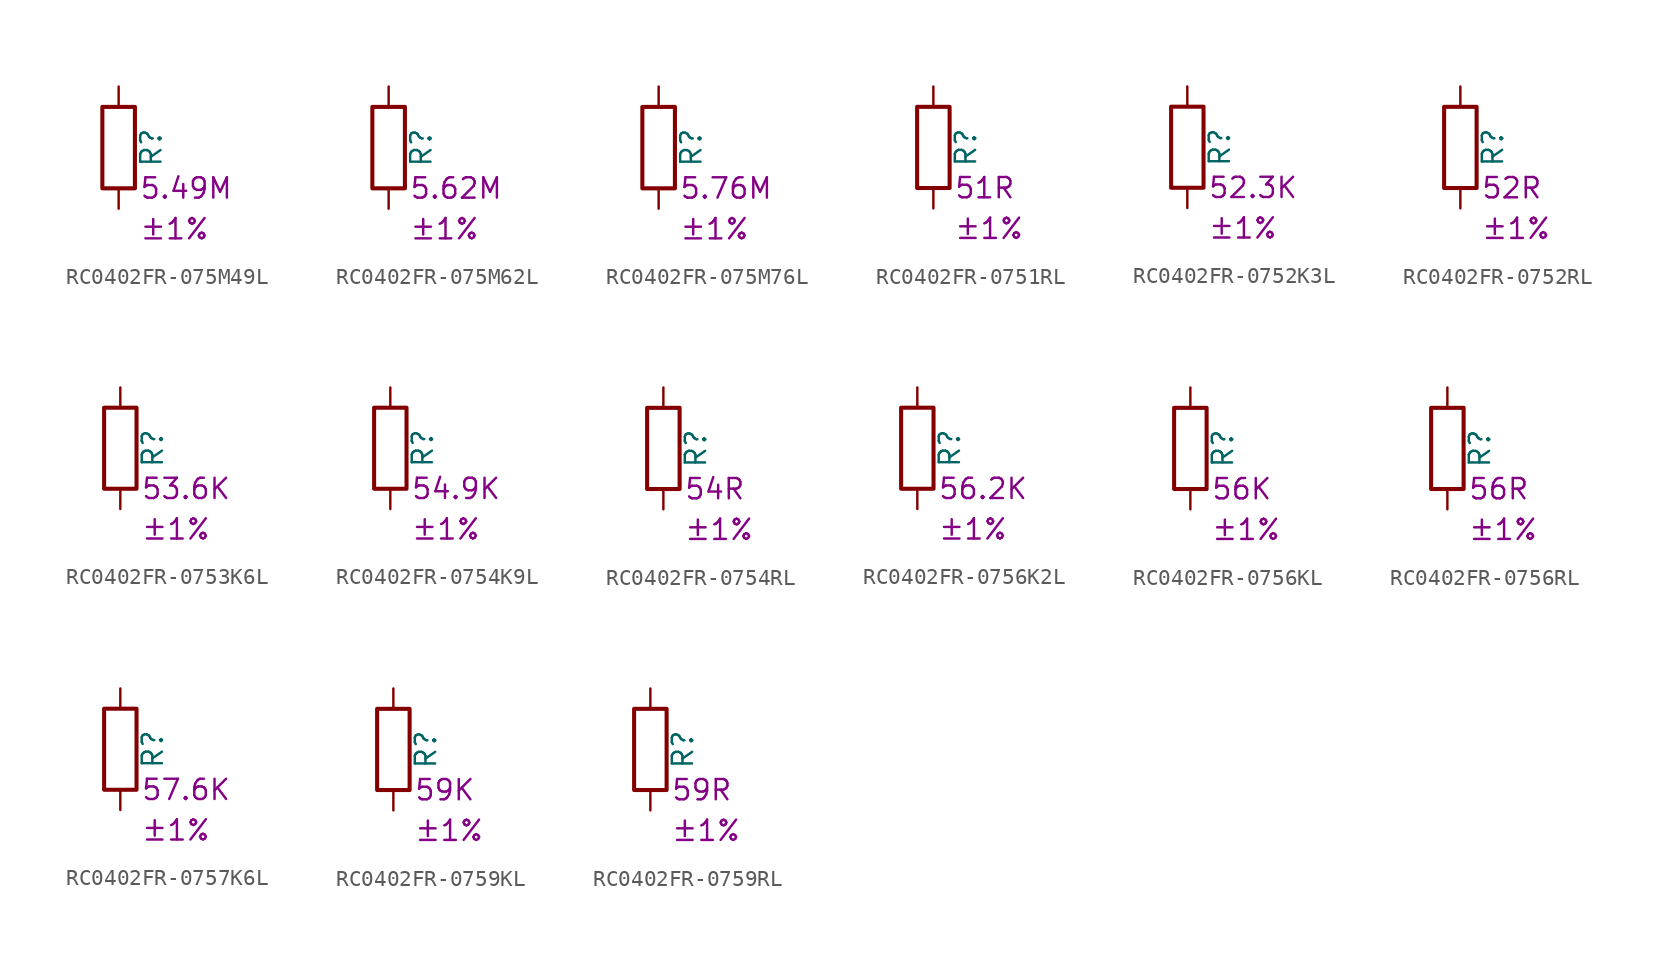
<source format=kicad_sym>
(kicad_symbol_lib
  (version 20220914)
  (generator kicad_symbol_editor)
  (symbol "RC0402FR-075M49L"
    (pin_numbers hide)
    (pin_names
      (offset 0))
    (property "Reference" "R"
      (at 2.032 0 90)
      (effects (font (size 1.27 1.27))))
    (property "Resistance" "5.49M"
      (at 1.27 -2.54 0)
      (effects (font (size 1.27 1.27)) (justify left)))
    (property "Tolerance" "±1%"
      (at 1.27 -5.08 0)
      (effects (font (size 1.27 1.27)) (justify left)))
    (symbol "RC0402FR-075M49L_0_1"
      (rectangle (start -1.016 -2.54) (end 1.016 2.54) (stroke (width 0.254) (type default)) (fill (type none))))
    (symbol "RC0402FR-075M49L_1_1"
      (pin passive line (at 0 3.81 270) (length 1.27) (name "~" (effects (font (size 1.27 1.27)))) (number "1" (effects (font (size 1.27 1.27)))))
      (pin passive line (at 0 -3.81 90) (length 1.27) (name "~" (effects (font (size 1.27 1.27)))) (number "2" (effects (font (size 1.27 1.27)))))))
  (symbol "RC0402FR-075M62L"
    (pin_numbers hide)
    (pin_names
      (offset 0))
    (property "Reference" "R"
      (at 2.032 0 90)
      (effects (font (size 1.27 1.27))))
    (property "Resistance" "5.62M"
      (at 1.27 -2.54 0)
      (effects (font (size 1.27 1.27)) (justify left)))
    (property "Tolerance" "±1%"
      (at 1.27 -5.08 0)
      (effects (font (size 1.27 1.27)) (justify left)))
    (symbol "RC0402FR-075M62L_0_1"
      (rectangle (start -1.016 -2.54) (end 1.016 2.54) (stroke (width 0.254) (type default)) (fill (type none))))
    (symbol "RC0402FR-075M62L_1_1"
      (pin passive line (at 0 3.81 270) (length 1.27) (name "~" (effects (font (size 1.27 1.27)))) (number "1" (effects (font (size 1.27 1.27)))))
      (pin passive line (at 0 -3.81 90) (length 1.27) (name "~" (effects (font (size 1.27 1.27)))) (number "2" (effects (font (size 1.27 1.27)))))))
  (symbol "RC0402FR-075M76L"
    (pin_numbers hide)
    (pin_names
      (offset 0))
    (property "Reference" "R"
      (at 2.032 0 90)
      (effects (font (size 1.27 1.27))))
    (property "Resistance" "5.76M"
      (at 1.27 -2.54 0)
      (effects (font (size 1.27 1.27)) (justify left)))
    (property "Tolerance" "±1%"
      (at 1.27 -5.08 0)
      (effects (font (size 1.27 1.27)) (justify left)))
    (symbol "RC0402FR-075M76L_0_1"
      (rectangle (start -1.016 -2.54) (end 1.016 2.54) (stroke (width 0.254) (type default)) (fill (type none))))
    (symbol "RC0402FR-075M76L_1_1"
      (pin passive line (at 0 3.81 270) (length 1.27) (name "~" (effects (font (size 1.27 1.27)))) (number "1" (effects (font (size 1.27 1.27)))))
      (pin passive line (at 0 -3.81 90) (length 1.27) (name "~" (effects (font (size 1.27 1.27)))) (number "2" (effects (font (size 1.27 1.27)))))))
  (symbol "RC0402FR-0751RL"
    (pin_numbers hide)
    (pin_names
      (offset 0))
    (property "Reference" "R"
      (at 2.032 0 90)
      (effects (font (size 1.27 1.27))))
    (property "Resistance" "51R"
      (at 1.27 -2.54 0)
      (effects (font (size 1.27 1.27)) (justify left)))
    (property "Tolerance" "±1%"
      (at 1.27 -5.08 0)
      (effects (font (size 1.27 1.27)) (justify left)))
    (symbol "RC0402FR-0751RL_0_1"
      (rectangle (start -1.016 -2.54) (end 1.016 2.54) (stroke (width 0.254) (type default)) (fill (type none))))
    (symbol "RC0402FR-0751RL_1_1"
      (pin passive line (at 0 3.81 270) (length 1.27) (name "~" (effects (font (size 1.27 1.27)))) (number "1" (effects (font (size 1.27 1.27)))))
      (pin passive line (at 0 -3.81 90) (length 1.27) (name "~" (effects (font (size 1.27 1.27)))) (number "2" (effects (font (size 1.27 1.27)))))))
  (symbol "RC0402FR-0752K3L"
    (pin_numbers hide)
    (pin_names
      (offset 0))
    (property "Reference" "R"
      (at 2.032 0 90)
      (effects (font (size 1.27 1.27))))
    (property "Resistance" "52.3K"
      (at 1.27 -2.54 0)
      (effects (font (size 1.27 1.27)) (justify left)))
    (property "Tolerance" "±1%"
      (at 1.27 -5.08 0)
      (effects (font (size 1.27 1.27)) (justify left)))
    (symbol "RC0402FR-0752K3L_0_1"
      (rectangle (start -1.016 -2.54) (end 1.016 2.54) (stroke (width 0.254) (type default)) (fill (type none))))
    (symbol "RC0402FR-0752K3L_1_1"
      (pin passive line (at 0 3.81 270) (length 1.27) (name "~" (effects (font (size 1.27 1.27)))) (number "1" (effects (font (size 1.27 1.27)))))
      (pin passive line (at 0 -3.81 90) (length 1.27) (name "~" (effects (font (size 1.27 1.27)))) (number "2" (effects (font (size 1.27 1.27)))))))
  (symbol "RC0402FR-0752RL"
    (pin_numbers hide)
    (pin_names
      (offset 0))
    (property "Reference" "R"
      (at 2.032 0 90)
      (effects (font (size 1.27 1.27))))
    (property "Resistance" "52R"
      (at 1.27 -2.54 0)
      (effects (font (size 1.27 1.27)) (justify left)))
    (property "Tolerance" "±1%"
      (at 1.27 -5.08 0)
      (effects (font (size 1.27 1.27)) (justify left)))
    (symbol "RC0402FR-0752RL_0_1"
      (rectangle (start -1.016 -2.54) (end 1.016 2.54) (stroke (width 0.254) (type default)) (fill (type none))))
    (symbol "RC0402FR-0752RL_1_1"
      (pin passive line (at 0 3.81 270) (length 1.27) (name "~" (effects (font (size 1.27 1.27)))) (number "1" (effects (font (size 1.27 1.27)))))
      (pin passive line (at 0 -3.81 90) (length 1.27) (name "~" (effects (font (size 1.27 1.27)))) (number "2" (effects (font (size 1.27 1.27)))))))
  (symbol "RC0402FR-0753K6L"
    (pin_numbers hide)
    (pin_names
      (offset 0))
    (property "Reference" "R"
      (at 2.032 0 90)
      (effects (font (size 1.27 1.27))))
    (property "Resistance" "53.6K"
      (at 1.27 -2.54 0)
      (effects (font (size 1.27 1.27)) (justify left)))
    (property "Tolerance" "±1%"
      (at 1.27 -5.08 0)
      (effects (font (size 1.27 1.27)) (justify left)))
    (symbol "RC0402FR-0753K6L_0_1"
      (rectangle (start -1.016 -2.54) (end 1.016 2.54) (stroke (width 0.254) (type default)) (fill (type none))))
    (symbol "RC0402FR-0753K6L_1_1"
      (pin passive line (at 0 3.81 270) (length 1.27) (name "~" (effects (font (size 1.27 1.27)))) (number "1" (effects (font (size 1.27 1.27)))))
      (pin passive line (at 0 -3.81 90) (length 1.27) (name "~" (effects (font (size 1.27 1.27)))) (number "2" (effects (font (size 1.27 1.27)))))))
  (symbol "RC0402FR-0754K9L"
    (pin_numbers hide)
    (pin_names
      (offset 0))
    (property "Reference" "R"
      (at 2.032 0 90)
      (effects (font (size 1.27 1.27))))
    (property "Resistance" "54.9K"
      (at 1.27 -2.54 0)
      (effects (font (size 1.27 1.27)) (justify left)))
    (property "Tolerance" "±1%"
      (at 1.27 -5.08 0)
      (effects (font (size 1.27 1.27)) (justify left)))
    (symbol "RC0402FR-0754K9L_0_1"
      (rectangle (start -1.016 -2.54) (end 1.016 2.54) (stroke (width 0.254) (type default)) (fill (type none))))
    (symbol "RC0402FR-0754K9L_1_1"
      (pin passive line (at 0 3.81 270) (length 1.27) (name "~" (effects (font (size 1.27 1.27)))) (number "1" (effects (font (size 1.27 1.27)))))
      (pin passive line (at 0 -3.81 90) (length 1.27) (name "~" (effects (font (size 1.27 1.27)))) (number "2" (effects (font (size 1.27 1.27)))))))
  (symbol "RC0402FR-0754RL"
    (pin_numbers hide)
    (pin_names
      (offset 0))
    (property "Reference" "R"
      (at 2.032 0 90)
      (effects (font (size 1.27 1.27))))
    (property "Resistance" "54R"
      (at 1.27 -2.54 0)
      (effects (font (size 1.27 1.27)) (justify left)))
    (property "Tolerance" "±1%"
      (at 1.27 -5.08 0)
      (effects (font (size 1.27 1.27)) (justify left)))
    (symbol "RC0402FR-0754RL_0_1"
      (rectangle (start -1.016 -2.54) (end 1.016 2.54) (stroke (width 0.254) (type default)) (fill (type none))))
    (symbol "RC0402FR-0754RL_1_1"
      (pin passive line (at 0 3.81 270) (length 1.27) (name "~" (effects (font (size 1.27 1.27)))) (number "1" (effects (font (size 1.27 1.27)))))
      (pin passive line (at 0 -3.81 90) (length 1.27) (name "~" (effects (font (size 1.27 1.27)))) (number "2" (effects (font (size 1.27 1.27)))))))
  (symbol "RC0402FR-0756K2L"
    (pin_numbers hide)
    (pin_names
      (offset 0))
    (property "Reference" "R"
      (at 2.032 0 90)
      (effects (font (size 1.27 1.27))))
    (property "Resistance" "56.2K"
      (at 1.27 -2.54 0)
      (effects (font (size 1.27 1.27)) (justify left)))
    (property "Tolerance" "±1%"
      (at 1.27 -5.08 0)
      (effects (font (size 1.27 1.27)) (justify left)))
    (symbol "RC0402FR-0756K2L_0_1"
      (rectangle (start -1.016 -2.54) (end 1.016 2.54) (stroke (width 0.254) (type default)) (fill (type none))))
    (symbol "RC0402FR-0756K2L_1_1"
      (pin passive line (at 0 3.81 270) (length 1.27) (name "~" (effects (font (size 1.27 1.27)))) (number "1" (effects (font (size 1.27 1.27)))))
      (pin passive line (at 0 -3.81 90) (length 1.27) (name "~" (effects (font (size 1.27 1.27)))) (number "2" (effects (font (size 1.27 1.27)))))))
  (symbol "RC0402FR-0756KL"
    (pin_numbers hide)
    (pin_names
      (offset 0))
    (property "Reference" "R"
      (at 2.032 0 90)
      (effects (font (size 1.27 1.27))))
    (property "Resistance" "56K"
      (at 1.27 -2.54 0)
      (effects (font (size 1.27 1.27)) (justify left)))
    (property "Tolerance" "±1%"
      (at 1.27 -5.08 0)
      (effects (font (size 1.27 1.27)) (justify left)))
    (symbol "RC0402FR-0756KL_0_1"
      (rectangle (start -1.016 -2.54) (end 1.016 2.54) (stroke (width 0.254) (type default)) (fill (type none))))
    (symbol "RC0402FR-0756KL_1_1"
      (pin passive line (at 0 3.81 270) (length 1.27) (name "~" (effects (font (size 1.27 1.27)))) (number "1" (effects (font (size 1.27 1.27)))))
      (pin passive line (at 0 -3.81 90) (length 1.27) (name "~" (effects (font (size 1.27 1.27)))) (number "2" (effects (font (size 1.27 1.27)))))))
  (symbol "RC0402FR-0756RL"
    (pin_numbers hide)
    (pin_names
      (offset 0))
    (property "Reference" "R"
      (at 2.032 0 90)
      (effects (font (size 1.27 1.27))))
    (property "Resistance" "56R"
      (at 1.27 -2.54 0)
      (effects (font (size 1.27 1.27)) (justify left)))
    (property "Tolerance" "±1%"
      (at 1.27 -5.08 0)
      (effects (font (size 1.27 1.27)) (justify left)))
    (symbol "RC0402FR-0756RL_0_1"
      (rectangle (start -1.016 -2.54) (end 1.016 2.54) (stroke (width 0.254) (type default)) (fill (type none))))
    (symbol "RC0402FR-0756RL_1_1"
      (pin passive line (at 0 3.81 270) (length 1.27) (name "~" (effects (font (size 1.27 1.27)))) (number "1" (effects (font (size 1.27 1.27)))))
      (pin passive line (at 0 -3.81 90) (length 1.27) (name "~" (effects (font (size 1.27 1.27)))) (number "2" (effects (font (size 1.27 1.27)))))))
  (symbol "RC0402FR-0757K6L"
    (pin_numbers hide)
    (pin_names
      (offset 0))
    (property "Reference" "R"
      (at 2.032 0 90)
      (effects (font (size 1.27 1.27))))
    (property "Resistance" "57.6K"
      (at 1.27 -2.54 0)
      (effects (font (size 1.27 1.27)) (justify left)))
    (property "Tolerance" "±1%"
      (at 1.27 -5.08 0)
      (effects (font (size 1.27 1.27)) (justify left)))
    (symbol "RC0402FR-0757K6L_0_1"
      (rectangle (start -1.016 -2.54) (end 1.016 2.54) (stroke (width 0.254) (type default)) (fill (type none))))
    (symbol "RC0402FR-0757K6L_1_1"
      (pin passive line (at 0 3.81 270) (length 1.27) (name "~" (effects (font (size 1.27 1.27)))) (number "1" (effects (font (size 1.27 1.27)))))
      (pin passive line (at 0 -3.81 90) (length 1.27) (name "~" (effects (font (size 1.27 1.27)))) (number "2" (effects (font (size 1.27 1.27)))))))
  (symbol "RC0402FR-0759KL"
    (pin_numbers hide)
    (pin_names
      (offset 0))
    (property "Reference" "R"
      (at 2.032 0 90)
      (effects (font (size 1.27 1.27))))
    (property "Resistance" "59K"
      (at 1.27 -2.54 0)
      (effects (font (size 1.27 1.27)) (justify left)))
    (property "Tolerance" "±1%"
      (at 1.27 -5.08 0)
      (effects (font (size 1.27 1.27)) (justify left)))
    (symbol "RC0402FR-0759KL_0_1"
      (rectangle (start -1.016 -2.54) (end 1.016 2.54) (stroke (width 0.254) (type default)) (fill (type none))))
    (symbol "RC0402FR-0759KL_1_1"
      (pin passive line (at 0 3.81 270) (length 1.27) (name "~" (effects (font (size 1.27 1.27)))) (number "1" (effects (font (size 1.27 1.27)))))
      (pin passive line (at 0 -3.81 90) (length 1.27) (name "~" (effects (font (size 1.27 1.27)))) (number "2" (effects (font (size 1.27 1.27)))))))
  (symbol "RC0402FR-0759RL"
    (pin_numbers hide)
    (pin_names
      (offset 0))
    (property "Reference" "R"
      (at 2.032 0 90)
      (effects (font (size 1.27 1.27))))
    (property "Resistance" "59R"
      (at 1.27 -2.54 0)
      (effects (font (size 1.27 1.27)) (justify left)))
    (property "Tolerance" "±1%"
      (at 1.27 -5.08 0)
      (effects (font (size 1.27 1.27)) (justify left)))
    (symbol "RC0402FR-0759RL_0_1"
      (rectangle (start -1.016 -2.54) (end 1.016 2.54) (stroke (width 0.254) (type default)) (fill (type none))))
    (symbol "RC0402FR-0759RL_1_1"
      (pin passive line (at 0 3.81 270) (length 1.27) (name "~" (effects (font (size 1.27 1.27)))) (number "1" (effects (font (size 1.27 1.27)))))
      (pin passive line (at 0 -3.81 90) (length 1.27) (name "~" (effects (font (size 1.27 1.27)))) (number "2" (effects (font (size 1.27 1.27))))))))
</source>
